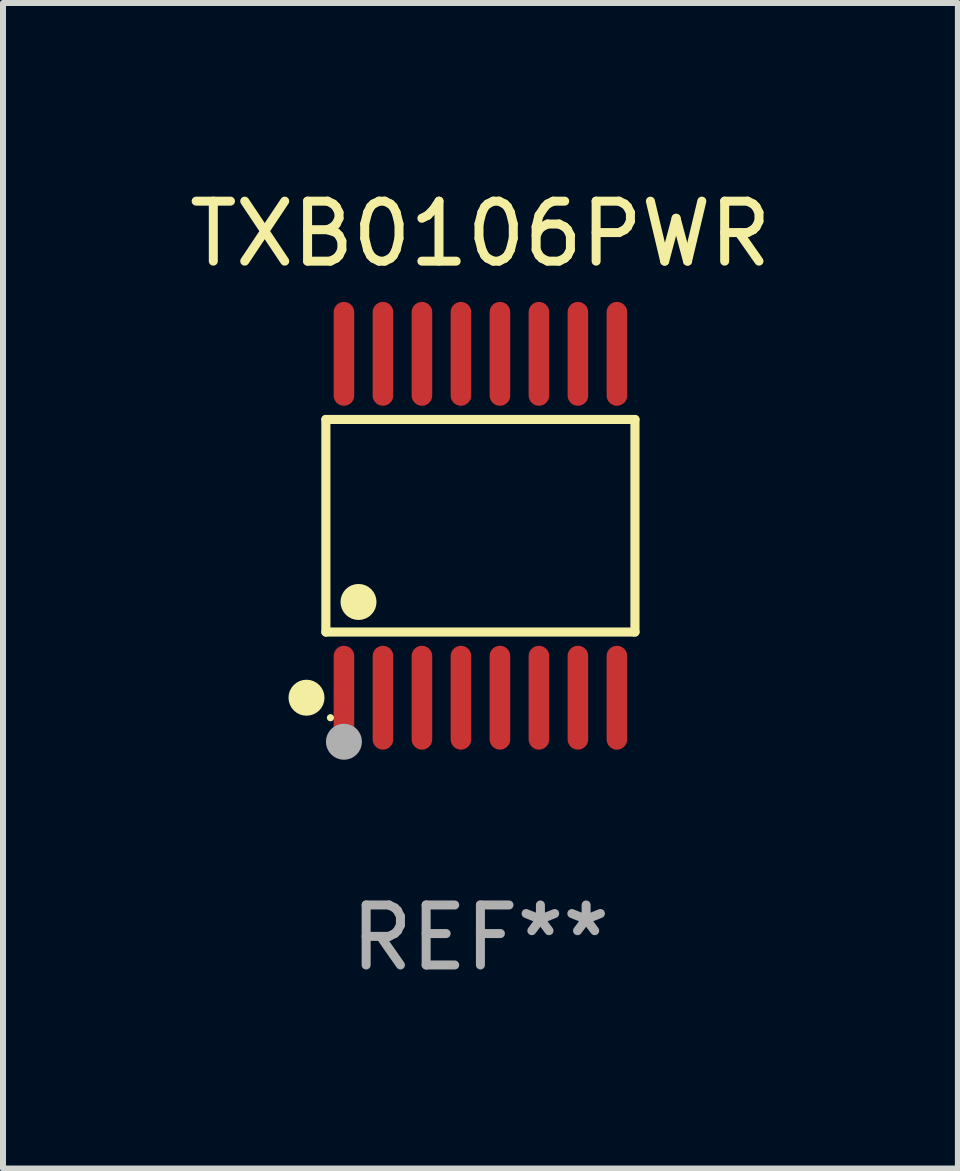
<source format=kicad_pcb>
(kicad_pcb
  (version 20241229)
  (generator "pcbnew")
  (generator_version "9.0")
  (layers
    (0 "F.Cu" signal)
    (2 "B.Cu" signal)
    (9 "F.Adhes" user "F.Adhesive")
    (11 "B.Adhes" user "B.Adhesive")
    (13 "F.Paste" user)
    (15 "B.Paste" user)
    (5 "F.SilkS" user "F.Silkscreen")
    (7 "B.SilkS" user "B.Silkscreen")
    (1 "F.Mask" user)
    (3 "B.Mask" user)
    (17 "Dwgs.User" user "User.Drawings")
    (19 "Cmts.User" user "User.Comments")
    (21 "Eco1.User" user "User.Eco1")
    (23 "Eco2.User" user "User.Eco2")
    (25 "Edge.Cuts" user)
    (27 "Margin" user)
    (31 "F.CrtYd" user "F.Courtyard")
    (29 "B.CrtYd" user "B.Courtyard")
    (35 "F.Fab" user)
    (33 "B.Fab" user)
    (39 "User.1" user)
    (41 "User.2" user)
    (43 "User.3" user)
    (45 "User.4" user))
  (footprint "TXB0106PWR"
    (layer "F.Cu")
    (at 4.958 5.714)
    (property "Reference" "TXB0106PWR" (at 0 -4.866 0) (layer "F.SilkS") (effects (font (size 1 1) (thickness 0.15))))
    (attr through_hole)
    (fp_line (start -2.576 -1.772) (end 2.576 -1.772) (stroke (width 0.152) (type solid)) (layer "F.SilkS"))
    (fp_line (start -2.576 1.771) (end -2.576 -1.772) (stroke (width 0.152) (type solid)) (layer "F.SilkS"))
    (fp_line (start 2.576 -1.772) (end 2.576 1.771) (stroke (width 0.152) (type solid)) (layer "F.SilkS"))
    (fp_line (start 2.576 1.771) (end -2.576 1.771) (stroke (width 0.152) (type solid)) (layer "F.SilkS"))
    (fp_circle (center -2.899 2.866) (end -2.749 2.866) (stroke (width 0.3) (type solid)) (fill no) (layer "F.SilkS"))
    (fp_circle (center -2.5 3.2) (end -2.47 3.2) (stroke (width 0.06) (type solid)) (fill no) (layer "F.SilkS"))
    (fp_circle (center -2.032 1.27) (end -1.882 1.27) (stroke (width 0.3) (type solid)) (fill no) (layer "F.SilkS"))
    (fp_circle (center -2.275 3.6) (end -2.125 3.6) (stroke (width 0.3) (type solid)) (fill no) (layer "F.Fab"))
    (fp_text user "REF**" (at 0 6.866 0) (layer "F.Fab") (effects (font (size 1 1) (thickness 0.15))))
    (pad "1" smd oval (at -2.275 2.866) (size 0.343 1.731) (layers "F.Cu" "F.Mask" "F.Paste"))
    (pad "2" smd oval (at -1.625 2.866) (size 0.343 1.731) (layers "F.Cu" "F.Mask" "F.Paste"))
    (pad "3" smd oval (at -0.975 2.866) (size 0.343 1.731) (layers "F.Cu" "F.Mask" "F.Paste"))
    (pad "4" smd oval (at -0.325 2.866) (size 0.343 1.731) (layers "F.Cu" "F.Mask" "F.Paste"))
    (pad "5" smd oval (at 0.325 2.866) (size 0.343 1.731) (layers "F.Cu" "F.Mask" "F.Paste"))
    (pad "6" smd oval (at 0.975 2.866) (size 0.343 1.731) (layers "F.Cu" "F.Mask" "F.Paste"))
    (pad "7" smd oval (at 1.625 2.866) (size 0.343 1.731) (layers "F.Cu" "F.Mask" "F.Paste"))
    (pad "8" smd oval (at 2.275 2.866) (size 0.343 1.731) (layers "F.Cu" "F.Mask" "F.Paste"))
    (pad "9" smd oval (at 2.275 -2.866) (size 0.343 1.731) (layers "F.Cu" "F.Mask" "F.Paste"))
    (pad "10" smd oval (at 1.625 -2.866) (size 0.343 1.731) (layers "F.Cu" "F.Mask" "F.Paste"))
    (pad "11" smd oval (at 0.975 -2.866) (size 0.343 1.731) (layers "F.Cu" "F.Mask" "F.Paste"))
    (pad "12" smd oval (at 0.325 -2.866) (size 0.343 1.731) (layers "F.Cu" "F.Mask" "F.Paste"))
    (pad "13" smd oval (at -0.325 -2.866) (size 0.343 1.731) (layers "F.Cu" "F.Mask" "F.Paste"))
    (pad "14" smd oval (at -0.975 -2.866) (size 0.343 1.731) (layers "F.Cu" "F.Mask" "F.Paste"))
    (pad "15" smd oval (at -1.625 -2.866) (size 0.343 1.731) (layers "F.Cu" "F.Mask" "F.Paste"))
    (pad "16" smd oval (at -2.275 -2.866) (size 0.343 1.731) (layers "F.Cu" "F.Mask" "F.Paste")))
  (gr_rect
    (start -3 -3)
    (end 12.917 16.428)
    (stroke (width 0.1) (type default))
    (fill no)
    (layer "Edge.Cuts")))
</source>
